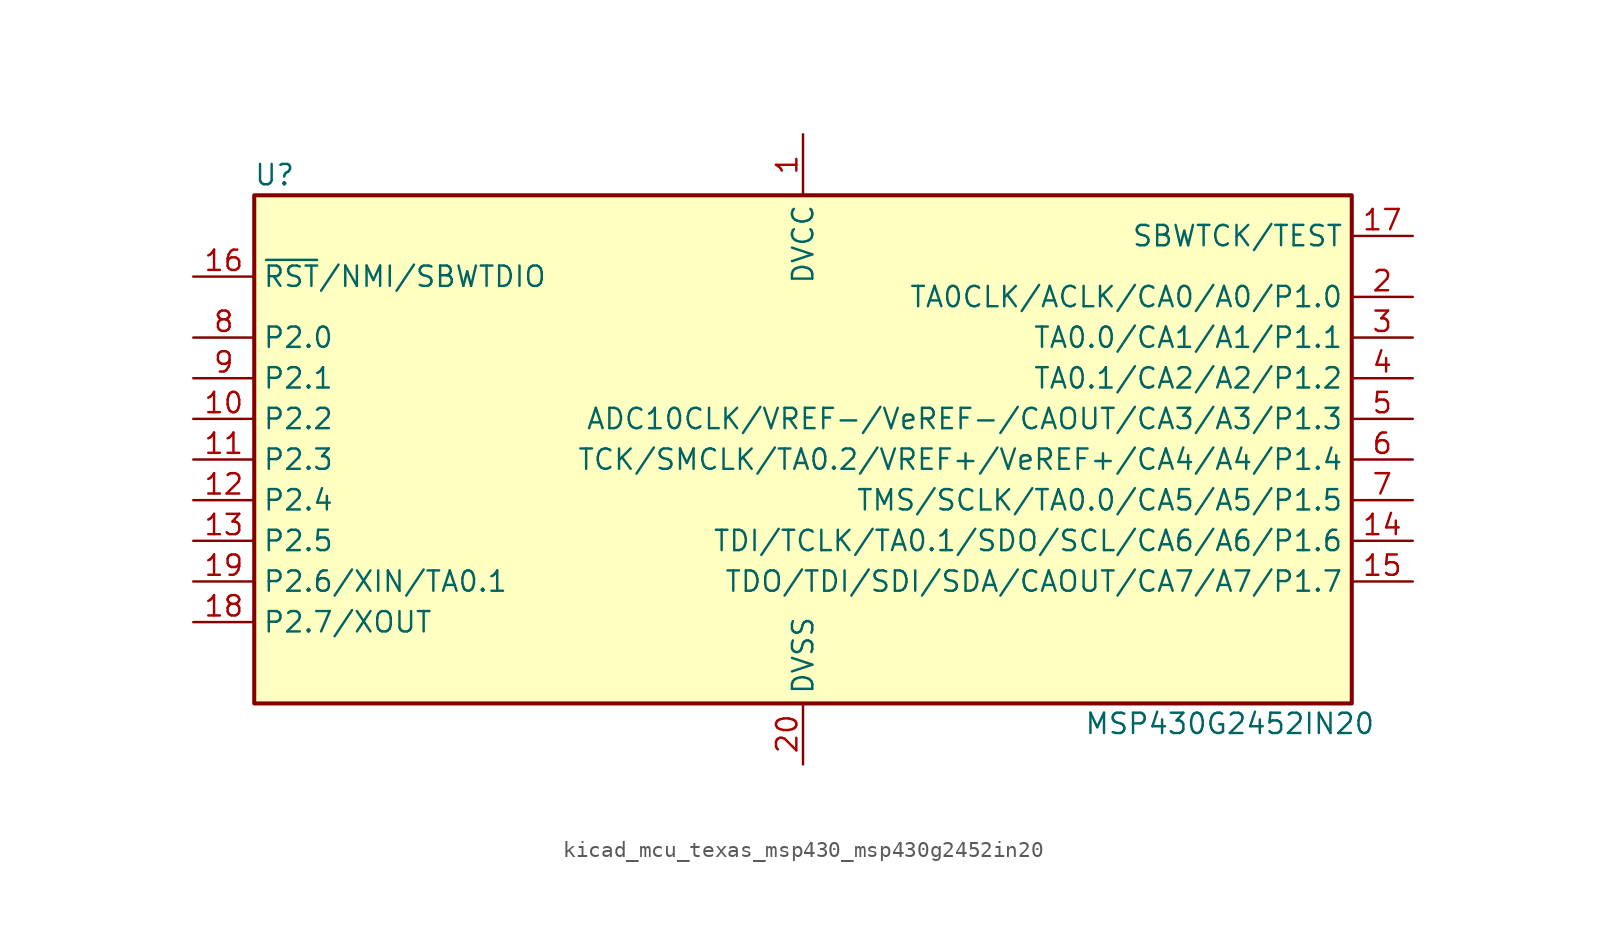
<source format=kicad_sym>
(kicad_symbol_lib
  (version 20220914)
  (generator kicad_symbol_editor)
  (symbol "kicad_mcu_texas_msp430_msp430g2452in20"
    (property "Reference" "U"
      (at -33.02 17.78 0)
      (effects (font (size 1.27 1.27))))
    (property "Value" "MSP430G2452IN20"
      (at 26.67 -16.51 0)
      (effects (font (size 1.27 1.27))))
    (symbol "kicad_mcu_texas_msp430_msp430g2452in20_0_1"
      (rectangle (start -34.29 16.51) (end 34.29 -15.24) (stroke (width 0.254) (type default)) (fill (type background))))
    (symbol "kicad_mcu_texas_msp430_msp430g2452in20_1_1"
      (pin power_in line (at 0 20.32 270) (length 3.81) (name "DVCC" (effects (font (size 1.27 1.27)))) (number "1" (effects (font (size 1.27 1.27)))))
      (pin bidirectional line (at -38.1 2.54 0) (length 3.81) (name "P2.2" (effects (font (size 1.27 1.27)))) (number "10" (effects (font (size 1.27 1.27)))))
      (pin bidirectional line (at -38.1 0 0) (length 3.81) (name "P2.3" (effects (font (size 1.27 1.27)))) (number "11" (effects (font (size 1.27 1.27)))))
      (pin bidirectional line (at -38.1 -2.54 0) (length 3.81) (name "P2.4" (effects (font (size 1.27 1.27)))) (number "12" (effects (font (size 1.27 1.27)))))
      (pin bidirectional line (at -38.1 -5.08 0) (length 3.81) (name "P2.5" (effects (font (size 1.27 1.27)))) (number "13" (effects (font (size 1.27 1.27)))))
      (pin bidirectional line (at 38.1 -5.08 180) (length 3.81) (name "TDI/TCLK/TA0.1/SDO/SCL/CA6/A6/P1.6" (effects (font (size 1.27 1.27)))) (number "14" (effects (font (size 1.27 1.27)))))
      (pin bidirectional line (at 38.1 -7.62 180) (length 3.81) (name "TDO/TDI/SDI/SDA/CAOUT/CA7/A7/P1.7" (effects (font (size 1.27 1.27)))) (number "15" (effects (font (size 1.27 1.27)))))
      (pin input line (at -38.1 11.43 0) (length 3.81) (name "~{RST}/NMI/SBWTDIO" (effects (font (size 1.27 1.27)))) (number "16" (effects (font (size 1.27 1.27)))))
      (pin input line (at 38.1 13.97 180) (length 3.81) (name "SBWTCK/TEST" (effects (font (size 1.27 1.27)))) (number "17" (effects (font (size 1.27 1.27)))))
      (pin bidirectional line (at -38.1 -10.16 0) (length 3.81) (name "P2.7/XOUT" (effects (font (size 1.27 1.27)))) (number "18" (effects (font (size 1.27 1.27)))))
      (pin bidirectional line (at -38.1 -7.62 0) (length 3.81) (name "P2.6/XIN/TA0.1" (effects (font (size 1.27 1.27)))) (number "19" (effects (font (size 1.27 1.27)))))
      (pin bidirectional line (at 38.1 10.16 180) (length 3.81) (name "TA0CLK/ACLK/CA0/A0/P1.0" (effects (font (size 1.27 1.27)))) (number "2" (effects (font (size 1.27 1.27)))))
      (pin power_in line (at 0 -19.05 90) (length 3.81) (name "DVSS" (effects (font (size 1.27 1.27)))) (number "20" (effects (font (size 1.27 1.27)))))
      (pin bidirectional line (at 38.1 7.62 180) (length 3.81) (name "TA0.0/CA1/A1/P1.1" (effects (font (size 1.27 1.27)))) (number "3" (effects (font (size 1.27 1.27)))))
      (pin bidirectional line (at 38.1 5.08 180) (length 3.81) (name "TA0.1/CA2/A2/P1.2" (effects (font (size 1.27 1.27)))) (number "4" (effects (font (size 1.27 1.27)))))
      (pin bidirectional line (at 38.1 2.54 180) (length 3.81) (name "ADC10CLK/VREF-/VeREF-/CAOUT/CA3/A3/P1.3" (effects (font (size 1.27 1.27)))) (number "5" (effects (font (size 1.27 1.27)))))
      (pin bidirectional line (at 38.1 0 180) (length 3.81) (name "TCK/SMCLK/TA0.2/VREF+/VeREF+/CA4/A4/P1.4" (effects (font (size 1.27 1.27)))) (number "6" (effects (font (size 1.27 1.27)))))
      (pin bidirectional line (at 38.1 -2.54 180) (length 3.81) (name "TMS/SCLK/TA0.0/CA5/A5/P1.5" (effects (font (size 1.27 1.27)))) (number "7" (effects (font (size 1.27 1.27)))))
      (pin bidirectional line (at -38.1 7.62 0) (length 3.81) (name "P2.0" (effects (font (size 1.27 1.27)))) (number "8" (effects (font (size 1.27 1.27)))))
      (pin bidirectional line (at -38.1 5.08 0) (length 3.81) (name "P2.1" (effects (font (size 1.27 1.27)))) (number "9" (effects (font (size 1.27 1.27))))))))
</source>
